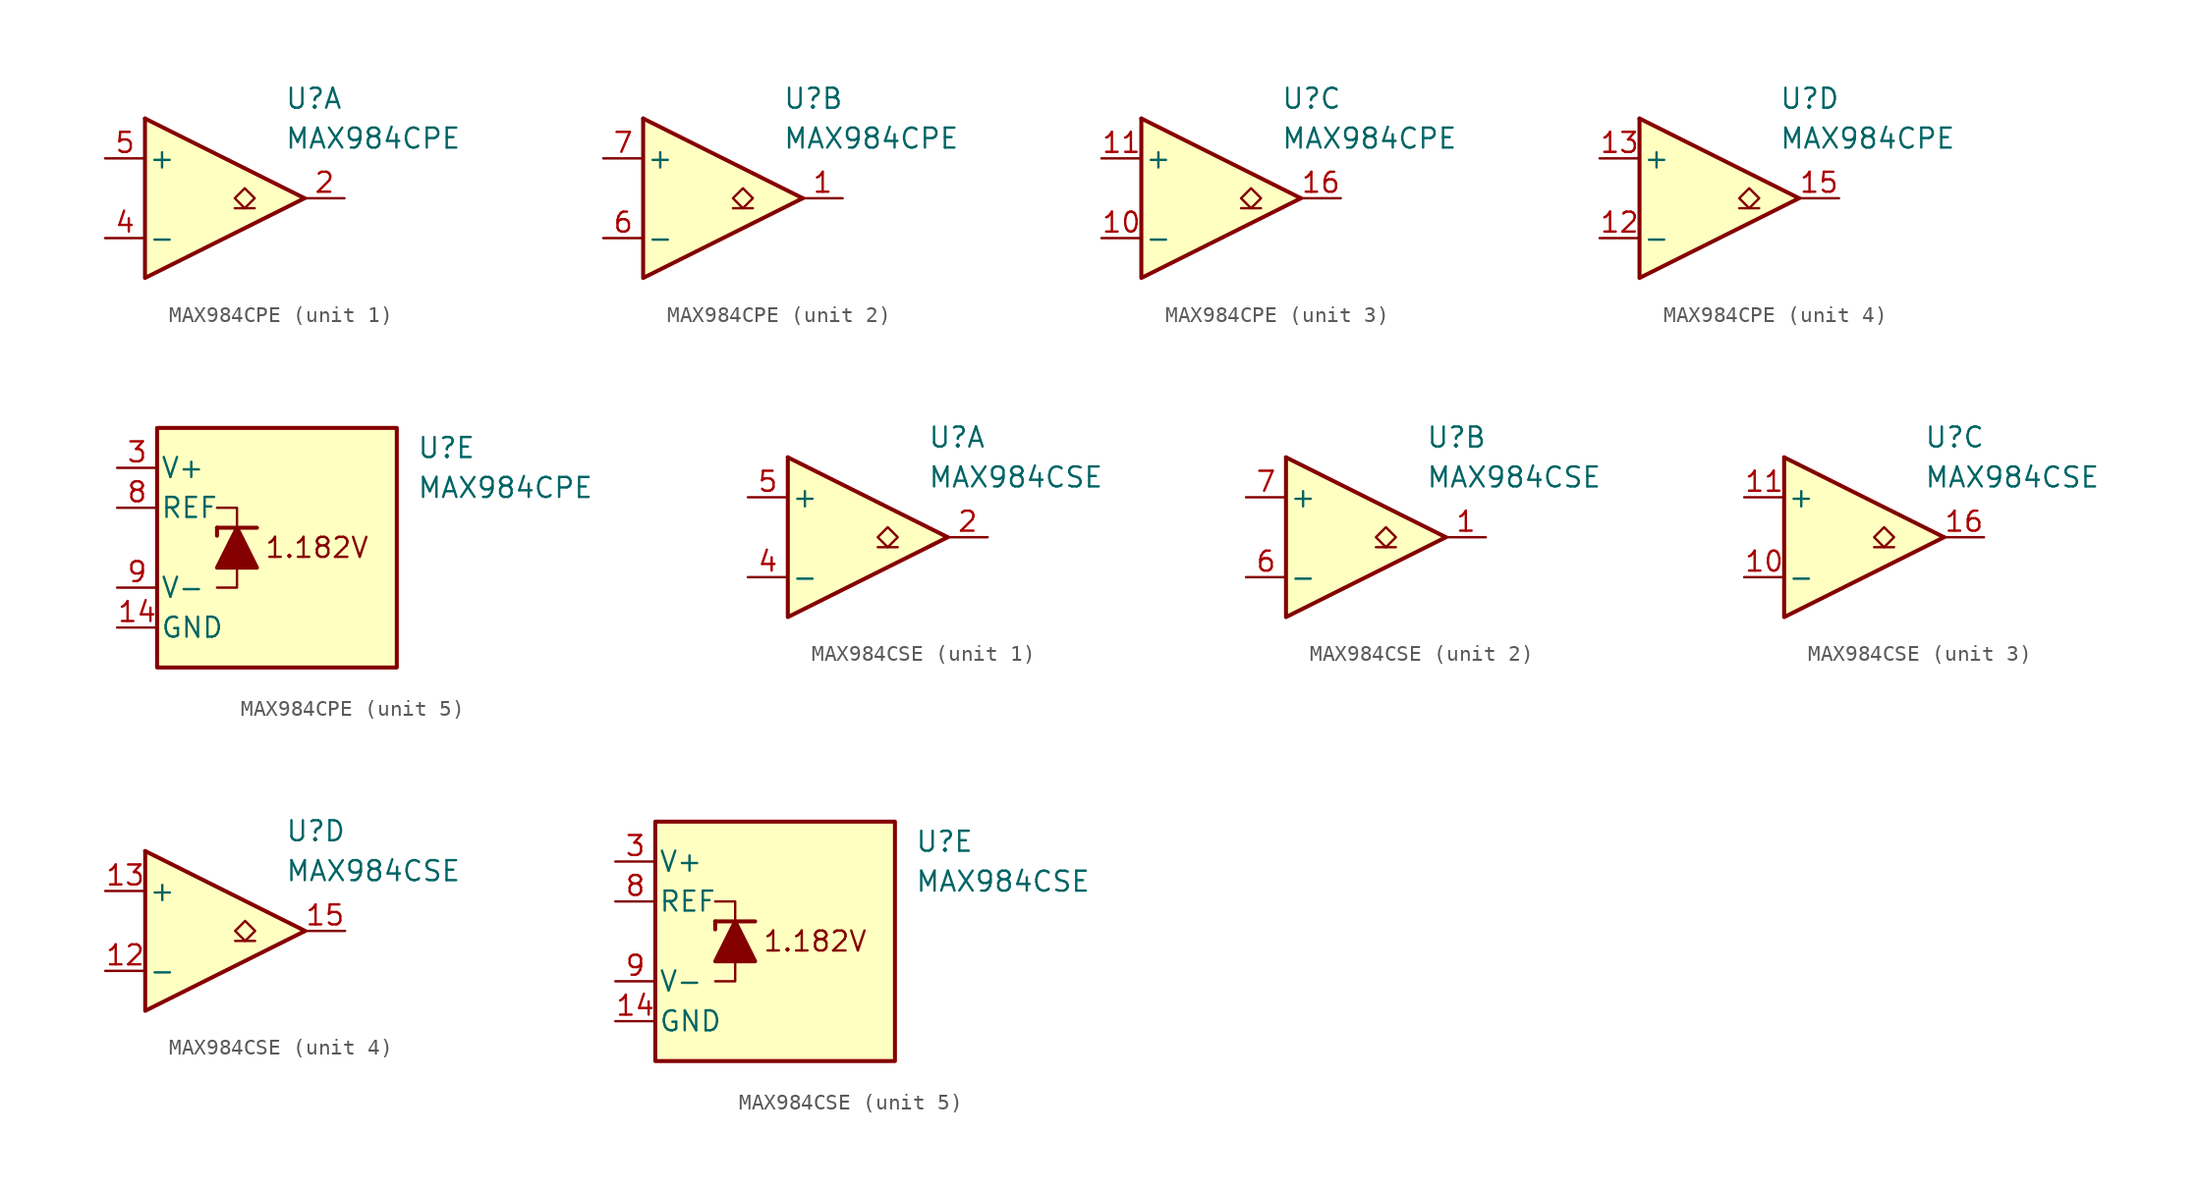
<source format=kicad_sym>
(kicad_symbol_lib
  (version 20231120)
  (generator "kicad_symbol_editor")
  (generator_version "8.0")
  (symbol "MAX984CPE"
    (pin_names
      (offset 0.2))
    (property "Reference" "U"
      (at 5.08 6.35 0)
      (effects (font (size 1.27 1.27)) (justify left)))
    (property "Value" "MAX984CPE"
      (at 5.08 3.81 0)
      (effects (font (size 1.27 1.27)) (justify left)))
    (property "ki_locked" ""
      (at 0 0 0)
      (effects (font (size 1.27 1.27))))
    (symbol "MAX984CPE_1_1"
      (polyline (pts (xy -3.81 5.08) (xy 6.35 0)) (stroke (width 0.254) (type default)) (fill (type none)))
      (polyline (pts (xy 3.175 -0.635) (xy 1.905 -0.635)) (stroke (width 0.152) (type default)) (fill (type none)))
      (polyline (pts (xy -3.81 5.08) (xy -3.81 -5.08) (xy 6.35 0)) (stroke (width 0.254) (type default)) (fill (type background)))
      (polyline (pts (xy 2.54 -0.635) (xy 1.905 0) (xy 2.54 0.635) (xy 3.175 0) (xy 2.54 -0.635)) (stroke (width 0.152) (type default)) (fill (type none)))
      (pin output line (at 8.89 0 180) (length 2.54) (name "~" (effects (font (size 1.27 1.27)))) (number "2" (effects (font (size 1.27 1.27)))))
      (pin input line (at -6.35 -2.54 0) (length 2.54) (name "-" (effects (font (size 1.27 1.27)))) (number "4" (effects (font (size 1.27 1.27)))))
      (pin input line (at -6.35 2.54 0) (length 2.54) (name "+" (effects (font (size 1.27 1.27)))) (number "5" (effects (font (size 1.27 1.27))))))
    (symbol "MAX984CPE_2_1"
      (polyline (pts (xy -3.81 5.08) (xy 6.35 0)) (stroke (width 0.254) (type default)) (fill (type none)))
      (polyline (pts (xy 3.175 -0.635) (xy 1.905 -0.635)) (stroke (width 0.152) (type default)) (fill (type none)))
      (polyline (pts (xy -3.81 5.08) (xy -3.81 -5.08) (xy 6.35 0)) (stroke (width 0.254) (type default)) (fill (type background)))
      (polyline (pts (xy 2.54 -0.635) (xy 1.905 0) (xy 2.54 0.635) (xy 3.175 0) (xy 2.54 -0.635)) (stroke (width 0.152) (type default)) (fill (type none)))
      (pin output line (at 8.89 0 180) (length 2.54) (name "~" (effects (font (size 1.27 1.27)))) (number "1" (effects (font (size 1.27 1.27)))))
      (pin input line (at -6.35 -2.54 0) (length 2.54) (name "-" (effects (font (size 1.27 1.27)))) (number "6" (effects (font (size 1.27 1.27)))))
      (pin input line (at -6.35 2.54 0) (length 2.54) (name "+" (effects (font (size 1.27 1.27)))) (number "7" (effects (font (size 1.27 1.27))))))
    (symbol "MAX984CPE_3_1"
      (polyline (pts (xy -3.81 5.08) (xy 6.35 0)) (stroke (width 0.254) (type default)) (fill (type none)))
      (polyline (pts (xy 3.81 -0.635) (xy 2.54 -0.635)) (stroke (width 0.152) (type default)) (fill (type none)))
      (polyline (pts (xy -3.81 5.08) (xy -3.81 -5.08) (xy 6.35 0)) (stroke (width 0.254) (type default)) (fill (type background)))
      (polyline (pts (xy 3.175 -0.635) (xy 2.54 0) (xy 3.175 0.635) (xy 3.81 0) (xy 3.175 -0.635)) (stroke (width 0.152) (type default)) (fill (type none)))
      (pin input line (at -6.35 -2.54 0) (length 2.54) (name "-" (effects (font (size 1.27 1.27)))) (number "10" (effects (font (size 1.27 1.27)))))
      (pin input line (at -6.35 2.54 0) (length 2.54) (name "+" (effects (font (size 1.27 1.27)))) (number "11" (effects (font (size 1.27 1.27)))))
      (pin output line (at 8.89 0 180) (length 2.54) (name "~" (effects (font (size 1.27 1.27)))) (number "16" (effects (font (size 1.27 1.27))))))
    (symbol "MAX984CPE_4_1"
      (polyline (pts (xy -3.81 5.08) (xy 6.35 0)) (stroke (width 0.254) (type default)) (fill (type none)))
      (polyline (pts (xy 3.81 -0.635) (xy 2.54 -0.635)) (stroke (width 0.152) (type default)) (fill (type none)))
      (polyline (pts (xy -3.81 5.08) (xy -3.81 -5.08) (xy 6.35 0)) (stroke (width 0.254) (type default)) (fill (type background)))
      (polyline (pts (xy 3.175 -0.635) (xy 2.54 0) (xy 3.175 0.635) (xy 3.81 0) (xy 3.175 -0.635)) (stroke (width 0.152) (type default)) (fill (type none)))
      (pin input line (at -6.35 -2.54 0) (length 2.54) (name "-" (effects (font (size 1.27 1.27)))) (number "12" (effects (font (size 1.27 1.27)))))
      (pin input line (at -6.35 2.54 0) (length 2.54) (name "+" (effects (font (size 1.27 1.27)))) (number "13" (effects (font (size 1.27 1.27)))))
      (pin output line (at 8.89 0 180) (length 2.54) (name "~" (effects (font (size 1.27 1.27)))) (number "15" (effects (font (size 1.27 1.27))))))
    (symbol "MAX984CPE_5_0"
      (text "1.182V" (at -1.27 0 0) (effects (font (size 1.27 1.27)))))
    (symbol "MAX984CPE_5_1"
      (rectangle (start -11.43 7.62) (end 3.81 -7.62) (stroke (width 0.254) (type default)) (fill (type background)))
      (polyline (pts (xy -7.62 1.27) (xy -7.62 0.762)) (stroke (width 0.254) (type default)) (fill (type none)))
      (polyline (pts (xy -7.62 1.27) (xy -5.08 1.27)) (stroke (width 0.254) (type default)) (fill (type none)))
      (polyline (pts (xy -6.35 -1.27) (xy -6.35 -2.54) (xy -7.62 -2.54)) (stroke (width 0) (type default)) (fill (type none)))
      (polyline (pts (xy -6.35 1.27) (xy -6.35 2.54) (xy -7.62 2.54)) (stroke (width 0) (type default)) (fill (type none)))
      (polyline (pts (xy -5.08 -1.27) (xy -7.62 -1.27) (xy -6.35 1.27) (xy -5.08 -1.27)) (stroke (width 0.254) (type default)) (fill (type outline)))
      (pin power_in line (at -13.97 -5.08 0) (length 2.54) (name "GND" (effects (font (size 1.27 1.27)))) (number "14" (effects (font (size 1.27 1.27)))))
      (pin power_in line (at -13.97 5.08 0) (length 2.54) (name "V+" (effects (font (size 1.27 1.27)))) (number "3" (effects (font (size 1.27 1.27)))))
      (pin output line (at -13.97 2.54 0) (length 2.54) (name "REF" (effects (font (size 1.27 1.27)))) (number "8" (effects (font (size 1.27 1.27)))))
      (pin power_in line (at -13.97 -2.54 0) (length 2.54) (name "V-" (effects (font (size 1.27 1.27)))) (number "9" (effects (font (size 1.27 1.27)))))))
  (symbol "MAX984CSE"
    (pin_names
      (offset 0.2))
    (property "Reference" "U"
      (at 5.08 6.35 0)
      (effects (font (size 1.27 1.27)) (justify left)))
    (property "Value" "MAX984CSE"
      (at 5.08 3.81 0)
      (effects (font (size 1.27 1.27)) (justify left)))
    (property "ki_locked" ""
      (at 0 0 0)
      (effects (font (size 1.27 1.27))))
    (symbol "MAX984CSE_1_1"
      (polyline (pts (xy -3.81 5.08) (xy 6.35 0)) (stroke (width 0.254) (type default)) (fill (type none)))
      (polyline (pts (xy 3.175 -0.635) (xy 1.905 -0.635)) (stroke (width 0.152) (type default)) (fill (type none)))
      (polyline (pts (xy -3.81 5.08) (xy -3.81 -5.08) (xy 6.35 0)) (stroke (width 0.254) (type default)) (fill (type background)))
      (polyline (pts (xy 2.54 -0.635) (xy 1.905 0) (xy 2.54 0.635) (xy 3.175 0) (xy 2.54 -0.635)) (stroke (width 0.152) (type default)) (fill (type none)))
      (pin output line (at 8.89 0 180) (length 2.54) (name "~" (effects (font (size 1.27 1.27)))) (number "2" (effects (font (size 1.27 1.27)))))
      (pin input line (at -6.35 -2.54 0) (length 2.54) (name "-" (effects (font (size 1.27 1.27)))) (number "4" (effects (font (size 1.27 1.27)))))
      (pin input line (at -6.35 2.54 0) (length 2.54) (name "+" (effects (font (size 1.27 1.27)))) (number "5" (effects (font (size 1.27 1.27))))))
    (symbol "MAX984CSE_2_1"
      (polyline (pts (xy -3.81 5.08) (xy 6.35 0)) (stroke (width 0.254) (type default)) (fill (type none)))
      (polyline (pts (xy 3.175 -0.635) (xy 1.905 -0.635)) (stroke (width 0.152) (type default)) (fill (type none)))
      (polyline (pts (xy -3.81 5.08) (xy -3.81 -5.08) (xy 6.35 0)) (stroke (width 0.254) (type default)) (fill (type background)))
      (polyline (pts (xy 2.54 -0.635) (xy 1.905 0) (xy 2.54 0.635) (xy 3.175 0) (xy 2.54 -0.635)) (stroke (width 0.152) (type default)) (fill (type none)))
      (pin output line (at 8.89 0 180) (length 2.54) (name "~" (effects (font (size 1.27 1.27)))) (number "1" (effects (font (size 1.27 1.27)))))
      (pin input line (at -6.35 -2.54 0) (length 2.54) (name "-" (effects (font (size 1.27 1.27)))) (number "6" (effects (font (size 1.27 1.27)))))
      (pin input line (at -6.35 2.54 0) (length 2.54) (name "+" (effects (font (size 1.27 1.27)))) (number "7" (effects (font (size 1.27 1.27))))))
    (symbol "MAX984CSE_3_1"
      (polyline (pts (xy -3.81 5.08) (xy 6.35 0)) (stroke (width 0.254) (type default)) (fill (type none)))
      (polyline (pts (xy 3.175 -0.635) (xy 1.905 -0.635)) (stroke (width 0.152) (type default)) (fill (type none)))
      (polyline (pts (xy -3.81 5.08) (xy -3.81 -5.08) (xy 6.35 0)) (stroke (width 0.254) (type default)) (fill (type background)))
      (polyline (pts (xy 2.54 -0.635) (xy 1.905 0) (xy 2.54 0.635) (xy 3.175 0) (xy 2.54 -0.635)) (stroke (width 0.152) (type default)) (fill (type none)))
      (pin input line (at -6.35 -2.54 0) (length 2.54) (name "-" (effects (font (size 1.27 1.27)))) (number "10" (effects (font (size 1.27 1.27)))))
      (pin input line (at -6.35 2.54 0) (length 2.54) (name "+" (effects (font (size 1.27 1.27)))) (number "11" (effects (font (size 1.27 1.27)))))
      (pin output line (at 8.89 0 180) (length 2.54) (name "~" (effects (font (size 1.27 1.27)))) (number "16" (effects (font (size 1.27 1.27))))))
    (symbol "MAX984CSE_4_1"
      (polyline (pts (xy -3.81 5.08) (xy 6.35 0)) (stroke (width 0.254) (type default)) (fill (type none)))
      (polyline (pts (xy 3.175 -0.635) (xy 1.905 -0.635)) (stroke (width 0.152) (type default)) (fill (type none)))
      (polyline (pts (xy -3.81 5.08) (xy -3.81 -5.08) (xy 6.35 0)) (stroke (width 0.254) (type default)) (fill (type background)))
      (polyline (pts (xy 2.54 -0.635) (xy 1.905 0) (xy 2.54 0.635) (xy 3.175 0) (xy 2.54 -0.635)) (stroke (width 0.152) (type default)) (fill (type none)))
      (pin input line (at -6.35 -2.54 0) (length 2.54) (name "-" (effects (font (size 1.27 1.27)))) (number "12" (effects (font (size 1.27 1.27)))))
      (pin input line (at -6.35 2.54 0) (length 2.54) (name "+" (effects (font (size 1.27 1.27)))) (number "13" (effects (font (size 1.27 1.27)))))
      (pin output line (at 8.89 0 180) (length 2.54) (name "~" (effects (font (size 1.27 1.27)))) (number "15" (effects (font (size 1.27 1.27))))))
    (symbol "MAX984CSE_5_0"
      (text "1.182V" (at -1.27 0 0) (effects (font (size 1.27 1.27)))))
    (symbol "MAX984CSE_5_1"
      (rectangle (start -11.43 7.62) (end 3.81 -7.62) (stroke (width 0.254) (type default)) (fill (type background)))
      (polyline (pts (xy -7.62 1.27) (xy -7.62 0.762)) (stroke (width 0.254) (type default)) (fill (type none)))
      (polyline (pts (xy -7.62 1.27) (xy -5.08 1.27)) (stroke (width 0.254) (type default)) (fill (type none)))
      (polyline (pts (xy -6.35 -1.27) (xy -6.35 -2.54) (xy -7.62 -2.54)) (stroke (width 0) (type default)) (fill (type none)))
      (polyline (pts (xy -6.35 1.27) (xy -6.35 2.54) (xy -7.62 2.54)) (stroke (width 0) (type default)) (fill (type none)))
      (polyline (pts (xy -5.08 -1.27) (xy -7.62 -1.27) (xy -6.35 1.27) (xy -5.08 -1.27)) (stroke (width 0.254) (type default)) (fill (type outline)))
      (pin power_in line (at -13.97 -5.08 0) (length 2.54) (name "GND" (effects (font (size 1.27 1.27)))) (number "14" (effects (font (size 1.27 1.27)))))
      (pin power_in line (at -13.97 5.08 0) (length 2.54) (name "V+" (effects (font (size 1.27 1.27)))) (number "3" (effects (font (size 1.27 1.27)))))
      (pin output line (at -13.97 2.54 0) (length 2.54) (name "REF" (effects (font (size 1.27 1.27)))) (number "8" (effects (font (size 1.27 1.27)))))
      (pin power_in line (at -13.97 -2.54 0) (length 2.54) (name "V-" (effects (font (size 1.27 1.27)))) (number "9" (effects (font (size 1.27 1.27))))))))
</source>
